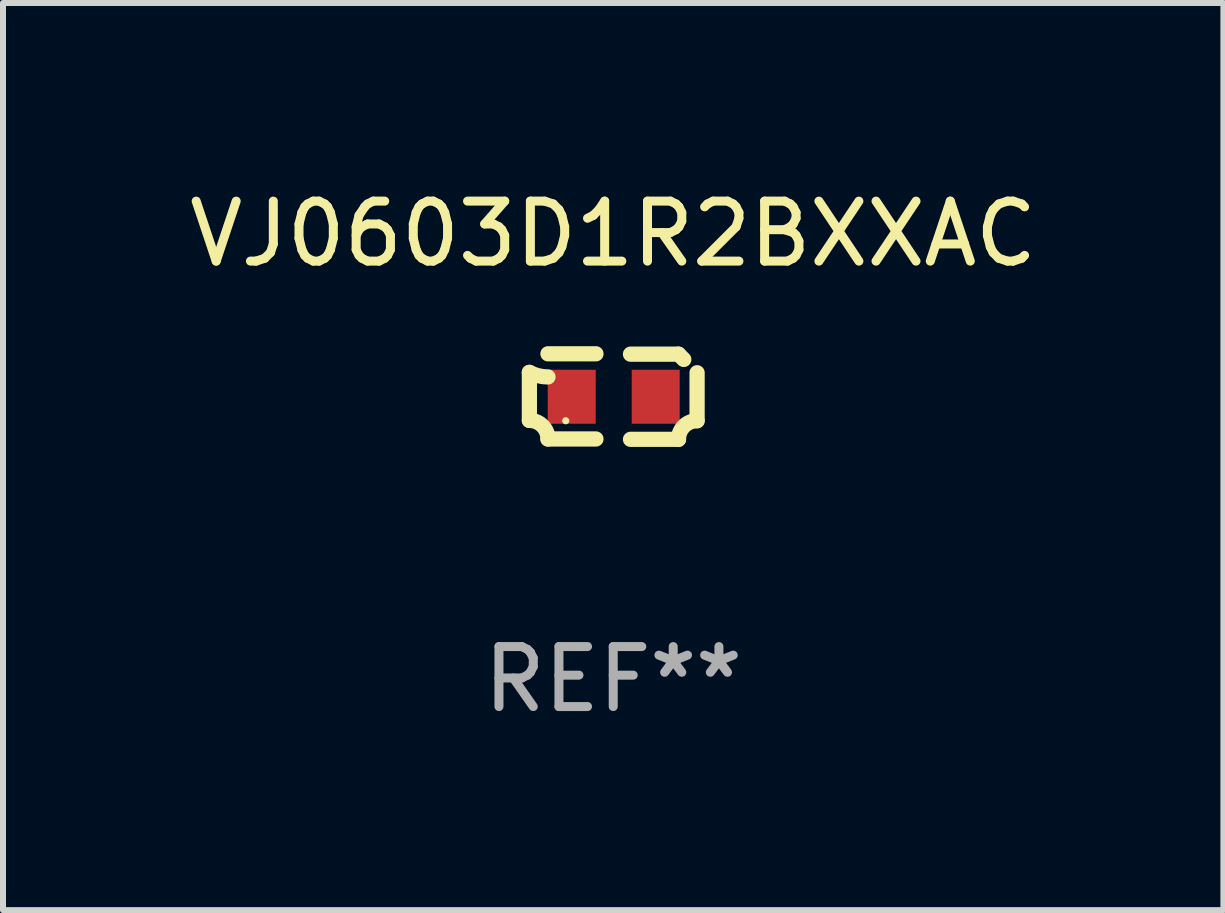
<source format=kicad_pcb>
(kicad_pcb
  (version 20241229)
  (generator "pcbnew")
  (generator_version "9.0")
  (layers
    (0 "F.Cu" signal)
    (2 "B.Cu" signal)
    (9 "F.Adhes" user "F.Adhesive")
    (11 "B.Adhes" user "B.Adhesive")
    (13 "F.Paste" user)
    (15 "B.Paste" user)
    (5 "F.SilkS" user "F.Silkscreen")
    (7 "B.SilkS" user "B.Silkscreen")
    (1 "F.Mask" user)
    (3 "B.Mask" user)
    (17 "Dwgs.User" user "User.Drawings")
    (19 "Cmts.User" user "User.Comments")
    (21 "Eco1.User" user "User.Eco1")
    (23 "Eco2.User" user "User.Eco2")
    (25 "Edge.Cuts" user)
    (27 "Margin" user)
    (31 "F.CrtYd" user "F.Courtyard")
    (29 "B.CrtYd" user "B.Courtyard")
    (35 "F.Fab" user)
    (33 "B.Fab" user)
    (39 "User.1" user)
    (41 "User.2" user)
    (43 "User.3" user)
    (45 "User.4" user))
  (footprint "VJ0603D1R2BXXAC"
    (layer "F.Cu")
    (at 7.173 3.561)
    (property "Reference" "VJ0603D1R2BXXAC" (at 0 -2.713 0) (layer "F.SilkS") (effects (font (size 1 1) (thickness 0.15))))
    (attr through_hole)
    (fp_line (start -1.398 -0.403) (end -1.398 0.397) (stroke (width 0.254) (type solid)) (layer "F.SilkS"))
    (fp_line (start -0.288 -0.713) (end -1.088 -0.713) (stroke (width 0.254) (type solid)) (layer "F.SilkS"))
    (fp_line (start -0.288 0.707) (end -1.088 0.707) (stroke (width 0.254) (type solid)) (layer "F.SilkS"))
    (fp_line (start 0.288 -0.707) (end 1.088 -0.707) (stroke (width 0.254) (type solid)) (layer "F.SilkS"))
    (fp_line (start 0.288 0.713) (end 1.088 0.713) (stroke (width 0.254) (type solid)) (layer "F.SilkS"))
    (fp_line (start 1.398 -0.397) (end 1.398 0.403) (stroke (width 0.254) (type solid)) (layer "F.SilkS"))
    (fp_arc (start -1.397789 0.397066) (mid -1.178701 0.487826) (end -1.08796 0.706922) (stroke (width 0.254001) (type solid)) (layer "F.SilkS"))
    (fp_arc (start -1.08796 -0.327176) (mid -1.247436 -0.346384) (end -1.39779 -0.402908) (stroke (width 0.254001) (type solid)) (layer "F.SilkS"))
    (fp_arc (start 1.087909 0.712738) (mid 1.178656 0.493655) (end 1.397739 0.402908) (stroke (width 0.254001) (type solid)) (layer "F.SilkS"))
    (fp_arc (start 1.175925 -0.618926) (mid 1.131917 -0.662923) (end 1.08791 -0.706922) (stroke (width 0.254001) (type solid)) (layer "F.SilkS"))
    (fp_circle (center -0.792 0.403) (end -0.762 0.403) (stroke (width 0.06) (type solid)) (fill no) (layer "F.SilkS"))
    (fp_text user "REF**" (at 0 4.713 0) (layer "F.Fab") (effects (font (size 1 1) (thickness 0.15))))
    (pad "1" smd rect (at -0.692 0.003) (size 0.8 0.9) (layers "F.Cu" "F.Mask" "F.Paste"))
    (pad "2" smd rect (at 0.708 0.003) (size 0.8 0.9) (layers "F.Cu" "F.Mask" "F.Paste")))
  (gr_rect
    (start -3 -3)
    (end 17.345 12.122)
    (stroke (width 0.1) (type default))
    (fill no)
    (layer "Edge.Cuts")))
</source>
